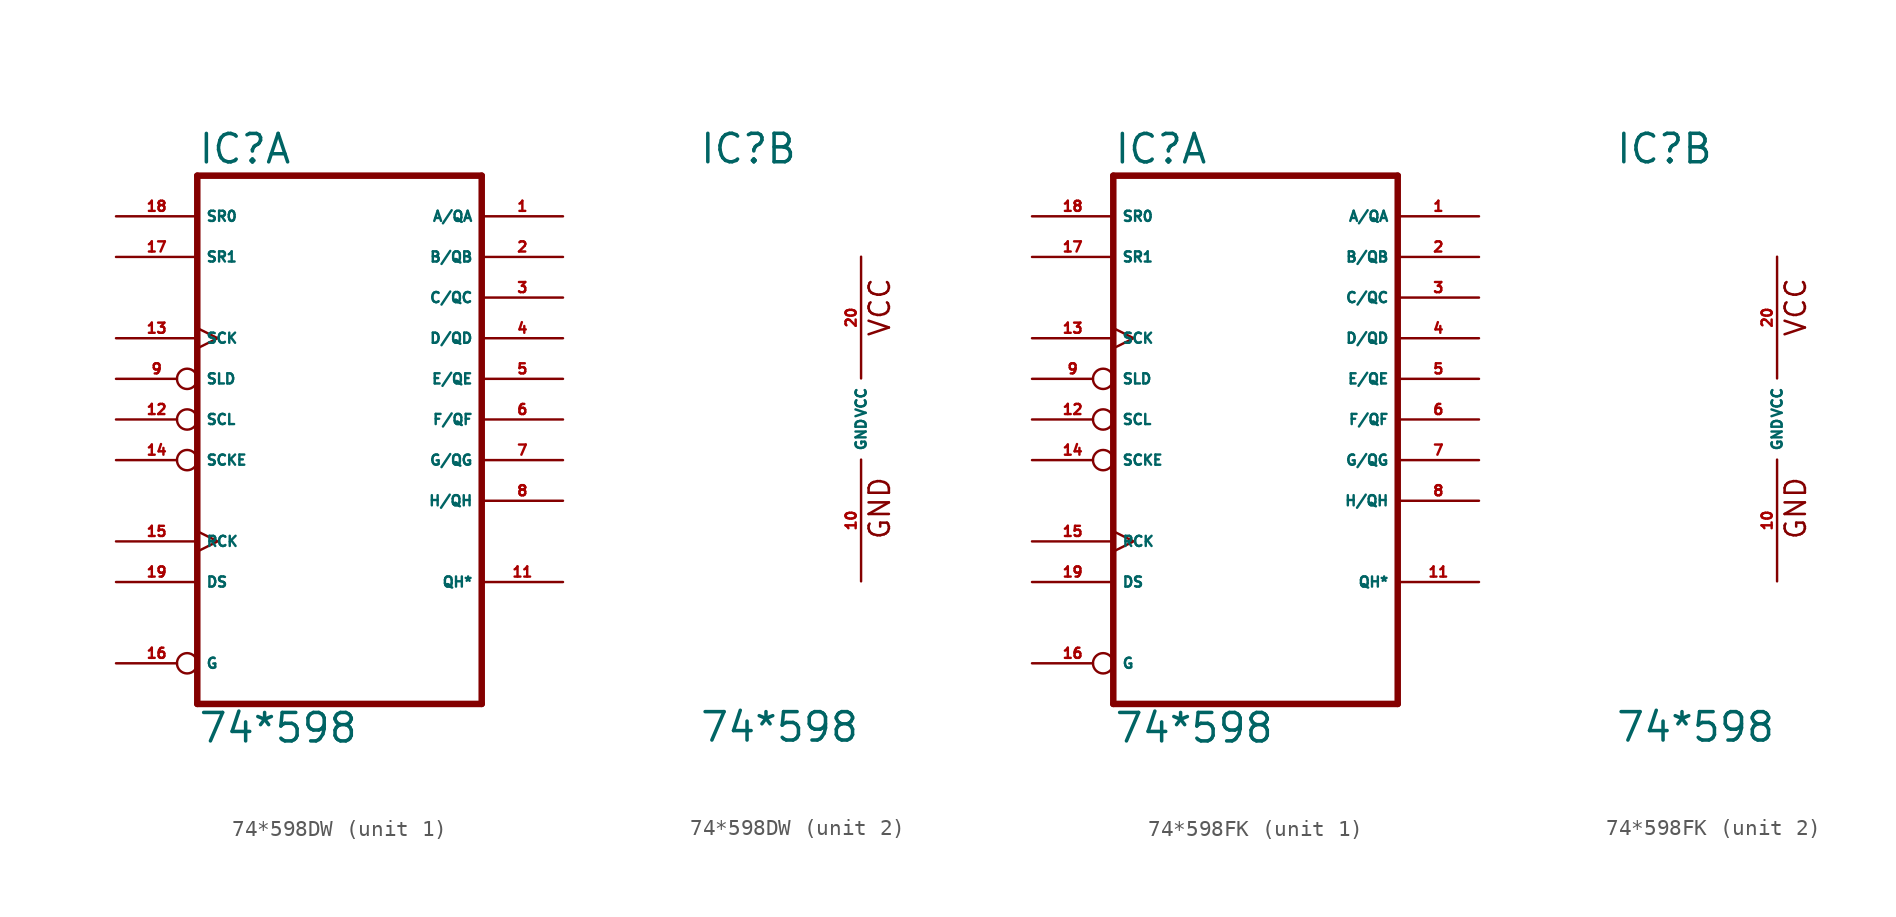
<source format=kicad_sym>
(kicad_symbol_lib
  (version 20220914)
  (generator Eagle2Kicad)
  (symbol "74*598DW"
    (property "Reference" "IC"
      (at -10.16 15.875 0)
      (effects (font (size 1.778 1.778) (thickness 0.22)) (justify left bottom)))
    (property "Value" "74*598"
      (at -10.16 -20.32 0)
      (effects (font (size 1.778 1.778) (thickness 0.22)) (justify left bottom)))
    (symbol "74*598DW_1_0"
      (polyline (pts (xy -10.16 -17.78) (xy 7.62 -17.78)) (stroke (width 0.406) (type default)) (fill (type none)))
      (polyline (pts (xy 7.62 -17.78) (xy 7.62 15.24)) (stroke (width 0.406) (type default)) (fill (type none)))
      (polyline (pts (xy 7.62 15.24) (xy -10.16 15.24)) (stroke (width 0.406) (type default)) (fill (type none)))
      (polyline (pts (xy -10.16 15.24) (xy -10.16 -17.78)) (stroke (width 0.406) (type default)) (fill (type none)))
      (pin bidirectional line (at 12.7 12.7 180) (length 5.08) (name "A/QA" (effects (font (size 0.635 0.635) (thickness 0.08)) (justify left bottom))) (number "1" (effects (font (size 0.635 0.635) (thickness 0.08)) (justify left bottom))))
      (pin bidirectional line (at 12.7 10.16 180) (length 5.08) (name "B/QB" (effects (font (size 0.635 0.635) (thickness 0.08)) (justify left bottom))) (number "2" (effects (font (size 0.635 0.635) (thickness 0.08)) (justify left bottom))))
      (pin bidirectional line (at 12.7 7.62 180) (length 5.08) (name "C/QC" (effects (font (size 0.635 0.635) (thickness 0.08)) (justify left bottom))) (number "3" (effects (font (size 0.635 0.635) (thickness 0.08)) (justify left bottom))))
      (pin bidirectional line (at 12.7 5.08 180) (length 5.08) (name "D/QD" (effects (font (size 0.635 0.635) (thickness 0.08)) (justify left bottom))) (number "4" (effects (font (size 0.635 0.635) (thickness 0.08)) (justify left bottom))))
      (pin bidirectional line (at 12.7 2.54 180) (length 5.08) (name "E/QE" (effects (font (size 0.635 0.635) (thickness 0.08)) (justify left bottom))) (number "5" (effects (font (size 0.635 0.635) (thickness 0.08)) (justify left bottom))))
      (pin bidirectional line (at 12.7 0 180) (length 5.08) (name "F/QF" (effects (font (size 0.635 0.635) (thickness 0.08)) (justify left bottom))) (number "6" (effects (font (size 0.635 0.635) (thickness 0.08)) (justify left bottom))))
      (pin bidirectional line (at 12.7 -2.54 180) (length 5.08) (name "G/QG" (effects (font (size 0.635 0.635) (thickness 0.08)) (justify left bottom))) (number "7" (effects (font (size 0.635 0.635) (thickness 0.08)) (justify left bottom))))
      (pin bidirectional line (at 12.7 -5.08 180) (length 5.08) (name "H/QH" (effects (font (size 0.635 0.635) (thickness 0.08)) (justify left bottom))) (number "8" (effects (font (size 0.635 0.635) (thickness 0.08)) (justify left bottom))))
      (pin input inverted (at -15.24 2.54 0) (length 5.08) (name "SLD" (effects (font (size 0.635 0.635) (thickness 0.08)) (justify left bottom))) (number "9" (effects (font (size 0.635 0.635) (thickness 0.08)) (justify left bottom))))
      (pin input inverted (at -15.24 0 0) (length 5.08) (name "SCL" (effects (font (size 0.635 0.635) (thickness 0.08)) (justify left bottom))) (number "12" (effects (font (size 0.635 0.635) (thickness 0.08)) (justify left bottom))))
      (pin input clock (at -15.24 5.08 0) (length 5.08) (name "SCK" (effects (font (size 0.635 0.635) (thickness 0.08)) (justify left bottom))) (number "13" (effects (font (size 0.635 0.635) (thickness 0.08)) (justify left bottom))))
      (pin input inverted (at -15.24 -2.54 0) (length 5.08) (name "SCKE" (effects (font (size 0.635 0.635) (thickness 0.08)) (justify left bottom))) (number "14" (effects (font (size 0.635 0.635) (thickness 0.08)) (justify left bottom))))
      (pin input clock (at -15.24 -7.62 0) (length 5.08) (name "RCK" (effects (font (size 0.635 0.635) (thickness 0.08)) (justify left bottom))) (number "15" (effects (font (size 0.635 0.635) (thickness 0.08)) (justify left bottom))))
      (pin input inverted (at -15.24 -15.24 0) (length 5.08) (name "G" (effects (font (size 0.635 0.635) (thickness 0.08)) (justify left bottom))) (number "16" (effects (font (size 0.635 0.635) (thickness 0.08)) (justify left bottom))))
      (pin input line (at -15.24 10.16 0) (length 5.08) (name "SR1" (effects (font (size 0.635 0.635) (thickness 0.08)) (justify left bottom))) (number "17" (effects (font (size 0.635 0.635) (thickness 0.08)) (justify left bottom))))
      (pin input line (at -15.24 12.7 0) (length 5.08) (name "SR0" (effects (font (size 0.635 0.635) (thickness 0.08)) (justify left bottom))) (number "18" (effects (font (size 0.635 0.635) (thickness 0.08)) (justify left bottom))))
      (pin input line (at -15.24 -10.16 0) (length 5.08) (name "DS" (effects (font (size 0.635 0.635) (thickness 0.08)) (justify left bottom))) (number "19" (effects (font (size 0.635 0.635) (thickness 0.08)) (justify left bottom))))
      (pin bidirectional line (at 12.7 -10.16 180) (length 5.08) (name "QH*" (effects (font (size 0.635 0.635) (thickness 0.08)) (justify left bottom))) (number "11" (effects (font (size 0.635 0.635) (thickness 0.08)) (justify left bottom)))))
    (symbol "74*598DW_2_0"
      (text "GND" (at 1.905 -7.62 900) (effects (font (size 1.27 1.27) (thickness 0.16)) (justify left bottom)))
      (text "VCC" (at 1.905 5.08 900) (effects (font (size 1.27 1.27) (thickness 0.16)) (justify left bottom)))
      (pin unspecified line (at 0 -10.16 90) (length 7.62) (name "GND" (effects (font (size 0.635 0.635) (thickness 0.08)) (justify left bottom))) (number "10" (effects (font (size 0.635 0.635) (thickness 0.08)) (justify left bottom))))
      (pin unspecified line (at 0 10.16 270) (length 7.62) (name "VCC" (effects (font (size 0.635 0.635) (thickness 0.08)) (justify left bottom))) (number "20" (effects (font (size 0.635 0.635) (thickness 0.08)) (justify left bottom))))))
  (symbol "74*598FK"
    (property "Reference" "IC"
      (at -10.16 15.875 0)
      (effects (font (size 1.778 1.778) (thickness 0.22)) (justify left bottom)))
    (property "Value" "74*598"
      (at -10.16 -20.32 0)
      (effects (font (size 1.778 1.778) (thickness 0.22)) (justify left bottom)))
    (symbol "74*598FK_1_0"
      (polyline (pts (xy -10.16 -17.78) (xy 7.62 -17.78)) (stroke (width 0.406) (type default)) (fill (type none)))
      (polyline (pts (xy 7.62 -17.78) (xy 7.62 15.24)) (stroke (width 0.406) (type default)) (fill (type none)))
      (polyline (pts (xy 7.62 15.24) (xy -10.16 15.24)) (stroke (width 0.406) (type default)) (fill (type none)))
      (polyline (pts (xy -10.16 15.24) (xy -10.16 -17.78)) (stroke (width 0.406) (type default)) (fill (type none)))
      (pin bidirectional line (at 12.7 12.7 180) (length 5.08) (name "A/QA" (effects (font (size 0.635 0.635) (thickness 0.08)) (justify left bottom))) (number "1" (effects (font (size 0.635 0.635) (thickness 0.08)) (justify left bottom))))
      (pin bidirectional line (at 12.7 10.16 180) (length 5.08) (name "B/QB" (effects (font (size 0.635 0.635) (thickness 0.08)) (justify left bottom))) (number "2" (effects (font (size 0.635 0.635) (thickness 0.08)) (justify left bottom))))
      (pin bidirectional line (at 12.7 7.62 180) (length 5.08) (name "C/QC" (effects (font (size 0.635 0.635) (thickness 0.08)) (justify left bottom))) (number "3" (effects (font (size 0.635 0.635) (thickness 0.08)) (justify left bottom))))
      (pin bidirectional line (at 12.7 5.08 180) (length 5.08) (name "D/QD" (effects (font (size 0.635 0.635) (thickness 0.08)) (justify left bottom))) (number "4" (effects (font (size 0.635 0.635) (thickness 0.08)) (justify left bottom))))
      (pin bidirectional line (at 12.7 2.54 180) (length 5.08) (name "E/QE" (effects (font (size 0.635 0.635) (thickness 0.08)) (justify left bottom))) (number "5" (effects (font (size 0.635 0.635) (thickness 0.08)) (justify left bottom))))
      (pin bidirectional line (at 12.7 0 180) (length 5.08) (name "F/QF" (effects (font (size 0.635 0.635) (thickness 0.08)) (justify left bottom))) (number "6" (effects (font (size 0.635 0.635) (thickness 0.08)) (justify left bottom))))
      (pin bidirectional line (at 12.7 -2.54 180) (length 5.08) (name "G/QG" (effects (font (size 0.635 0.635) (thickness 0.08)) (justify left bottom))) (number "7" (effects (font (size 0.635 0.635) (thickness 0.08)) (justify left bottom))))
      (pin bidirectional line (at 12.7 -5.08 180) (length 5.08) (name "H/QH" (effects (font (size 0.635 0.635) (thickness 0.08)) (justify left bottom))) (number "8" (effects (font (size 0.635 0.635) (thickness 0.08)) (justify left bottom))))
      (pin input inverted (at -15.24 2.54 0) (length 5.08) (name "SLD" (effects (font (size 0.635 0.635) (thickness 0.08)) (justify left bottom))) (number "9" (effects (font (size 0.635 0.635) (thickness 0.08)) (justify left bottom))))
      (pin input inverted (at -15.24 0 0) (length 5.08) (name "SCL" (effects (font (size 0.635 0.635) (thickness 0.08)) (justify left bottom))) (number "12" (effects (font (size 0.635 0.635) (thickness 0.08)) (justify left bottom))))
      (pin input clock (at -15.24 5.08 0) (length 5.08) (name "SCK" (effects (font (size 0.635 0.635) (thickness 0.08)) (justify left bottom))) (number "13" (effects (font (size 0.635 0.635) (thickness 0.08)) (justify left bottom))))
      (pin input inverted (at -15.24 -2.54 0) (length 5.08) (name "SCKE" (effects (font (size 0.635 0.635) (thickness 0.08)) (justify left bottom))) (number "14" (effects (font (size 0.635 0.635) (thickness 0.08)) (justify left bottom))))
      (pin input clock (at -15.24 -7.62 0) (length 5.08) (name "RCK" (effects (font (size 0.635 0.635) (thickness 0.08)) (justify left bottom))) (number "15" (effects (font (size 0.635 0.635) (thickness 0.08)) (justify left bottom))))
      (pin input inverted (at -15.24 -15.24 0) (length 5.08) (name "G" (effects (font (size 0.635 0.635) (thickness 0.08)) (justify left bottom))) (number "16" (effects (font (size 0.635 0.635) (thickness 0.08)) (justify left bottom))))
      (pin input line (at -15.24 10.16 0) (length 5.08) (name "SR1" (effects (font (size 0.635 0.635) (thickness 0.08)) (justify left bottom))) (number "17" (effects (font (size 0.635 0.635) (thickness 0.08)) (justify left bottom))))
      (pin input line (at -15.24 12.7 0) (length 5.08) (name "SR0" (effects (font (size 0.635 0.635) (thickness 0.08)) (justify left bottom))) (number "18" (effects (font (size 0.635 0.635) (thickness 0.08)) (justify left bottom))))
      (pin input line (at -15.24 -10.16 0) (length 5.08) (name "DS" (effects (font (size 0.635 0.635) (thickness 0.08)) (justify left bottom))) (number "19" (effects (font (size 0.635 0.635) (thickness 0.08)) (justify left bottom))))
      (pin bidirectional line (at 12.7 -10.16 180) (length 5.08) (name "QH*" (effects (font (size 0.635 0.635) (thickness 0.08)) (justify left bottom))) (number "11" (effects (font (size 0.635 0.635) (thickness 0.08)) (justify left bottom)))))
    (symbol "74*598FK_2_0"
      (text "GND" (at 1.905 -7.62 900) (effects (font (size 1.27 1.27) (thickness 0.16)) (justify left bottom)))
      (text "VCC" (at 1.905 5.08 900) (effects (font (size 1.27 1.27) (thickness 0.16)) (justify left bottom)))
      (pin unspecified line (at 0 -10.16 90) (length 7.62) (name "GND" (effects (font (size 0.635 0.635) (thickness 0.08)) (justify left bottom))) (number "10" (effects (font (size 0.635 0.635) (thickness 0.08)) (justify left bottom))))
      (pin unspecified line (at 0 10.16 270) (length 7.62) (name "VCC" (effects (font (size 0.635 0.635) (thickness 0.08)) (justify left bottom))) (number "20" (effects (font (size 0.635 0.635) (thickness 0.08)) (justify left bottom)))))))
</source>
